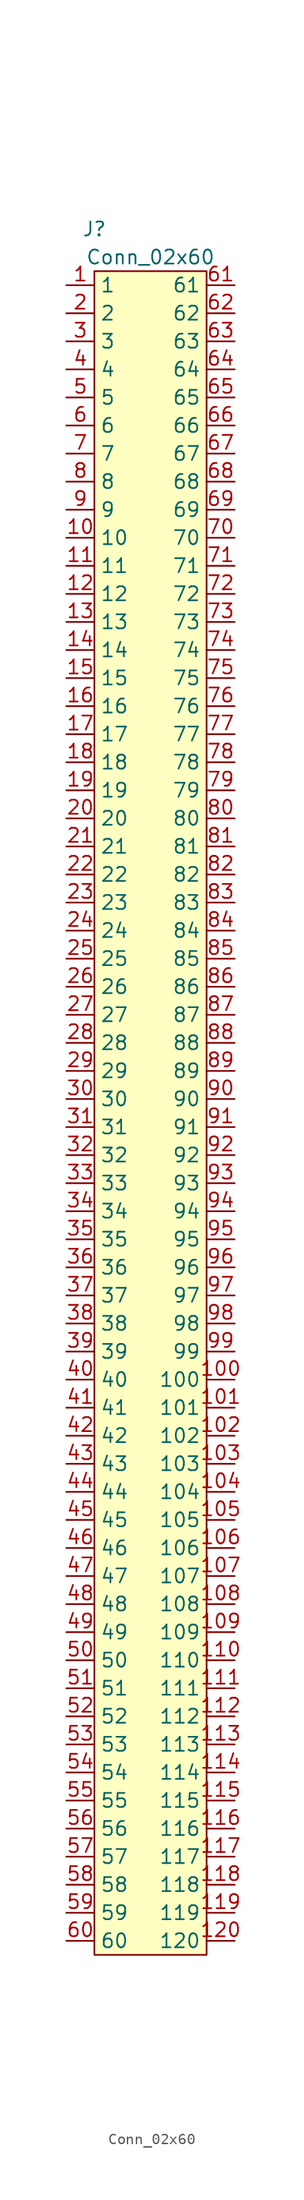
<source format=kicad_sym>
(kicad_symbol_lib
  (version 20211014)
  (generator kicad_symbol_editor)
  (symbol "Conn_02x60"
    (property "Reference" "J"
      (at 0 2.54 0)
      (effects (font (size 1.27 1.27))))
    (property "Value" "Conn_02x60"
      (at 5.08 0 0)
      (effects (font (size 1.27 1.27))))
    (symbol "Conn_02x60_0_1"
      (rectangle (start 10.16 -153.67) (end 0 -1.27) (stroke (width 0) (type default) (color 0 0 0 0)) (fill (type background))))
    (symbol "Conn_02x60_1_1"
      (pin passive line (at -2.54 -2.54 0) (length 2.54) (name "1" (effects (font (size 1.27 1.27)))) (number "1" (effects (font (size 1.27 1.27)))))
      (pin passive line (at -2.54 -25.4 0) (length 2.54) (name "10" (effects (font (size 1.27 1.27)))) (number "10" (effects (font (size 1.27 1.27)))))
      (pin passive line (at 12.7 -101.6 180) (length 2.54) (name "100" (effects (font (size 1.27 1.27)))) (number "100" (effects (font (size 1.27 1.27)))))
      (pin passive line (at 12.7 -104.14 180) (length 2.54) (name "101" (effects (font (size 1.27 1.27)))) (number "101" (effects (font (size 1.27 1.27)))))
      (pin passive line (at 12.7 -106.68 180) (length 2.54) (name "102" (effects (font (size 1.27 1.27)))) (number "102" (effects (font (size 1.27 1.27)))))
      (pin passive line (at 12.7 -109.22 180) (length 2.54) (name "103" (effects (font (size 1.27 1.27)))) (number "103" (effects (font (size 1.27 1.27)))))
      (pin passive line (at 12.7 -111.76 180) (length 2.54) (name "104" (effects (font (size 1.27 1.27)))) (number "104" (effects (font (size 1.27 1.27)))))
      (pin passive line (at 12.7 -114.3 180) (length 2.54) (name "105" (effects (font (size 1.27 1.27)))) (number "105" (effects (font (size 1.27 1.27)))))
      (pin passive line (at 12.7 -116.84 180) (length 2.54) (name "106" (effects (font (size 1.27 1.27)))) (number "106" (effects (font (size 1.27 1.27)))))
      (pin passive line (at 12.7 -119.38 180) (length 2.54) (name "107" (effects (font (size 1.27 1.27)))) (number "107" (effects (font (size 1.27 1.27)))))
      (pin passive line (at 12.7 -121.92 180) (length 2.54) (name "108" (effects (font (size 1.27 1.27)))) (number "108" (effects (font (size 1.27 1.27)))))
      (pin passive line (at 12.7 -124.46 180) (length 2.54) (name "109" (effects (font (size 1.27 1.27)))) (number "109" (effects (font (size 1.27 1.27)))))
      (pin passive line (at -2.54 -27.94 0) (length 2.54) (name "11" (effects (font (size 1.27 1.27)))) (number "11" (effects (font (size 1.27 1.27)))))
      (pin passive line (at 12.7 -127 180) (length 2.54) (name "110" (effects (font (size 1.27 1.27)))) (number "110" (effects (font (size 1.27 1.27)))))
      (pin passive line (at 12.7 -129.54 180) (length 2.54) (name "111" (effects (font (size 1.27 1.27)))) (number "111" (effects (font (size 1.27 1.27)))))
      (pin passive line (at 12.7 -132.08 180) (length 2.54) (name "112" (effects (font (size 1.27 1.27)))) (number "112" (effects (font (size 1.27 1.27)))))
      (pin passive line (at 12.7 -134.62 180) (length 2.54) (name "113" (effects (font (size 1.27 1.27)))) (number "113" (effects (font (size 1.27 1.27)))))
      (pin passive line (at 12.7 -137.16 180) (length 2.54) (name "114" (effects (font (size 1.27 1.27)))) (number "114" (effects (font (size 1.27 1.27)))))
      (pin passive line (at 12.7 -139.7 180) (length 2.54) (name "115" (effects (font (size 1.27 1.27)))) (number "115" (effects (font (size 1.27 1.27)))))
      (pin passive line (at 12.7 -142.24 180) (length 2.54) (name "116" (effects (font (size 1.27 1.27)))) (number "116" (effects (font (size 1.27 1.27)))))
      (pin passive line (at 12.7 -144.78 180) (length 2.54) (name "117" (effects (font (size 1.27 1.27)))) (number "117" (effects (font (size 1.27 1.27)))))
      (pin passive line (at 12.7 -147.32 180) (length 2.54) (name "118" (effects (font (size 1.27 1.27)))) (number "118" (effects (font (size 1.27 1.27)))))
      (pin passive line (at 12.7 -149.86 180) (length 2.54) (name "119" (effects (font (size 1.27 1.27)))) (number "119" (effects (font (size 1.27 1.27)))))
      (pin passive line (at -2.54 -30.48 0) (length 2.54) (name "12" (effects (font (size 1.27 1.27)))) (number "12" (effects (font (size 1.27 1.27)))))
      (pin passive line (at 12.7 -152.4 180) (length 2.54) (name "120" (effects (font (size 1.27 1.27)))) (number "120" (effects (font (size 1.27 1.27)))))
      (pin passive line (at -2.54 -33.02 0) (length 2.54) (name "13" (effects (font (size 1.27 1.27)))) (number "13" (effects (font (size 1.27 1.27)))))
      (pin passive line (at -2.54 -35.56 0) (length 2.54) (name "14" (effects (font (size 1.27 1.27)))) (number "14" (effects (font (size 1.27 1.27)))))
      (pin passive line (at -2.54 -38.1 0) (length 2.54) (name "15" (effects (font (size 1.27 1.27)))) (number "15" (effects (font (size 1.27 1.27)))))
      (pin passive line (at -2.54 -40.64 0) (length 2.54) (name "16" (effects (font (size 1.27 1.27)))) (number "16" (effects (font (size 1.27 1.27)))))
      (pin passive line (at -2.54 -43.18 0) (length 2.54) (name "17" (effects (font (size 1.27 1.27)))) (number "17" (effects (font (size 1.27 1.27)))))
      (pin passive line (at -2.54 -45.72 0) (length 2.54) (name "18" (effects (font (size 1.27 1.27)))) (number "18" (effects (font (size 1.27 1.27)))))
      (pin passive line (at -2.54 -48.26 0) (length 2.54) (name "19" (effects (font (size 1.27 1.27)))) (number "19" (effects (font (size 1.27 1.27)))))
      (pin passive line (at -2.54 -5.08 0) (length 2.54) (name "2" (effects (font (size 1.27 1.27)))) (number "2" (effects (font (size 1.27 1.27)))))
      (pin passive line (at -2.54 -50.8 0) (length 2.54) (name "20" (effects (font (size 1.27 1.27)))) (number "20" (effects (font (size 1.27 1.27)))))
      (pin passive line (at -2.54 -53.34 0) (length 2.54) (name "21" (effects (font (size 1.27 1.27)))) (number "21" (effects (font (size 1.27 1.27)))))
      (pin passive line (at -2.54 -55.88 0) (length 2.54) (name "22" (effects (font (size 1.27 1.27)))) (number "22" (effects (font (size 1.27 1.27)))))
      (pin passive line (at -2.54 -58.42 0) (length 2.54) (name "23" (effects (font (size 1.27 1.27)))) (number "23" (effects (font (size 1.27 1.27)))))
      (pin passive line (at -2.54 -60.96 0) (length 2.54) (name "24" (effects (font (size 1.27 1.27)))) (number "24" (effects (font (size 1.27 1.27)))))
      (pin passive line (at -2.54 -63.5 0) (length 2.54) (name "25" (effects (font (size 1.27 1.27)))) (number "25" (effects (font (size 1.27 1.27)))))
      (pin passive line (at -2.54 -66.04 0) (length 2.54) (name "26" (effects (font (size 1.27 1.27)))) (number "26" (effects (font (size 1.27 1.27)))))
      (pin passive line (at -2.54 -68.58 0) (length 2.54) (name "27" (effects (font (size 1.27 1.27)))) (number "27" (effects (font (size 1.27 1.27)))))
      (pin passive line (at -2.54 -71.12 0) (length 2.54) (name "28" (effects (font (size 1.27 1.27)))) (number "28" (effects (font (size 1.27 1.27)))))
      (pin passive line (at -2.54 -73.66 0) (length 2.54) (name "29" (effects (font (size 1.27 1.27)))) (number "29" (effects (font (size 1.27 1.27)))))
      (pin passive line (at -2.54 -7.62 0) (length 2.54) (name "3" (effects (font (size 1.27 1.27)))) (number "3" (effects (font (size 1.27 1.27)))))
      (pin passive line (at -2.54 -76.2 0) (length 2.54) (name "30" (effects (font (size 1.27 1.27)))) (number "30" (effects (font (size 1.27 1.27)))))
      (pin passive line (at -2.54 -78.74 0) (length 2.54) (name "31" (effects (font (size 1.27 1.27)))) (number "31" (effects (font (size 1.27 1.27)))))
      (pin passive line (at -2.54 -81.28 0) (length 2.54) (name "32" (effects (font (size 1.27 1.27)))) (number "32" (effects (font (size 1.27 1.27)))))
      (pin passive line (at -2.54 -83.82 0) (length 2.54) (name "33" (effects (font (size 1.27 1.27)))) (number "33" (effects (font (size 1.27 1.27)))))
      (pin passive line (at -2.54 -86.36 0) (length 2.54) (name "34" (effects (font (size 1.27 1.27)))) (number "34" (effects (font (size 1.27 1.27)))))
      (pin passive line (at -2.54 -88.9 0) (length 2.54) (name "35" (effects (font (size 1.27 1.27)))) (number "35" (effects (font (size 1.27 1.27)))))
      (pin passive line (at -2.54 -91.44 0) (length 2.54) (name "36" (effects (font (size 1.27 1.27)))) (number "36" (effects (font (size 1.27 1.27)))))
      (pin passive line (at -2.54 -93.98 0) (length 2.54) (name "37" (effects (font (size 1.27 1.27)))) (number "37" (effects (font (size 1.27 1.27)))))
      (pin passive line (at -2.54 -96.52 0) (length 2.54) (name "38" (effects (font (size 1.27 1.27)))) (number "38" (effects (font (size 1.27 1.27)))))
      (pin passive line (at -2.54 -99.06 0) (length 2.54) (name "39" (effects (font (size 1.27 1.27)))) (number "39" (effects (font (size 1.27 1.27)))))
      (pin passive line (at -2.54 -10.16 0) (length 2.54) (name "4" (effects (font (size 1.27 1.27)))) (number "4" (effects (font (size 1.27 1.27)))))
      (pin passive line (at -2.54 -101.6 0) (length 2.54) (name "40" (effects (font (size 1.27 1.27)))) (number "40" (effects (font (size 1.27 1.27)))))
      (pin passive line (at -2.54 -104.14 0) (length 2.54) (name "41" (effects (font (size 1.27 1.27)))) (number "41" (effects (font (size 1.27 1.27)))))
      (pin passive line (at -2.54 -106.68 0) (length 2.54) (name "42" (effects (font (size 1.27 1.27)))) (number "42" (effects (font (size 1.27 1.27)))))
      (pin passive line (at -2.54 -109.22 0) (length 2.54) (name "43" (effects (font (size 1.27 1.27)))) (number "43" (effects (font (size 1.27 1.27)))))
      (pin passive line (at -2.54 -111.76 0) (length 2.54) (name "44" (effects (font (size 1.27 1.27)))) (number "44" (effects (font (size 1.27 1.27)))))
      (pin passive line (at -2.54 -114.3 0) (length 2.54) (name "45" (effects (font (size 1.27 1.27)))) (number "45" (effects (font (size 1.27 1.27)))))
      (pin passive line (at -2.54 -116.84 0) (length 2.54) (name "46" (effects (font (size 1.27 1.27)))) (number "46" (effects (font (size 1.27 1.27)))))
      (pin passive line (at -2.54 -119.38 0) (length 2.54) (name "47" (effects (font (size 1.27 1.27)))) (number "47" (effects (font (size 1.27 1.27)))))
      (pin passive line (at -2.54 -121.92 0) (length 2.54) (name "48" (effects (font (size 1.27 1.27)))) (number "48" (effects (font (size 1.27 1.27)))))
      (pin passive line (at -2.54 -124.46 0) (length 2.54) (name "49" (effects (font (size 1.27 1.27)))) (number "49" (effects (font (size 1.27 1.27)))))
      (pin passive line (at -2.54 -12.7 0) (length 2.54) (name "5" (effects (font (size 1.27 1.27)))) (number "5" (effects (font (size 1.27 1.27)))))
      (pin passive line (at -2.54 -127 0) (length 2.54) (name "50" (effects (font (size 1.27 1.27)))) (number "50" (effects (font (size 1.27 1.27)))))
      (pin passive line (at -2.54 -129.54 0) (length 2.54) (name "51" (effects (font (size 1.27 1.27)))) (number "51" (effects (font (size 1.27 1.27)))))
      (pin passive line (at -2.54 -132.08 0) (length 2.54) (name "52" (effects (font (size 1.27 1.27)))) (number "52" (effects (font (size 1.27 1.27)))))
      (pin passive line (at -2.54 -134.62 0) (length 2.54) (name "53" (effects (font (size 1.27 1.27)))) (number "53" (effects (font (size 1.27 1.27)))))
      (pin passive line (at -2.54 -137.16 0) (length 2.54) (name "54" (effects (font (size 1.27 1.27)))) (number "54" (effects (font (size 1.27 1.27)))))
      (pin passive line (at -2.54 -139.7 0) (length 2.54) (name "55" (effects (font (size 1.27 1.27)))) (number "55" (effects (font (size 1.27 1.27)))))
      (pin passive line (at -2.54 -142.24 0) (length 2.54) (name "56" (effects (font (size 1.27 1.27)))) (number "56" (effects (font (size 1.27 1.27)))))
      (pin passive line (at -2.54 -144.78 0) (length 2.54) (name "57" (effects (font (size 1.27 1.27)))) (number "57" (effects (font (size 1.27 1.27)))))
      (pin passive line (at -2.54 -147.32 0) (length 2.54) (name "58" (effects (font (size 1.27 1.27)))) (number "58" (effects (font (size 1.27 1.27)))))
      (pin passive line (at -2.54 -149.86 0) (length 2.54) (name "59" (effects (font (size 1.27 1.27)))) (number "59" (effects (font (size 1.27 1.27)))))
      (pin passive line (at -2.54 -15.24 0) (length 2.54) (name "6" (effects (font (size 1.27 1.27)))) (number "6" (effects (font (size 1.27 1.27)))))
      (pin passive line (at -2.54 -152.4 0) (length 2.54) (name "60" (effects (font (size 1.27 1.27)))) (number "60" (effects (font (size 1.27 1.27)))))
      (pin passive line (at 12.7 -2.54 180) (length 2.54) (name "61" (effects (font (size 1.27 1.27)))) (number "61" (effects (font (size 1.27 1.27)))))
      (pin passive line (at 12.7 -5.08 180) (length 2.54) (name "62" (effects (font (size 1.27 1.27)))) (number "62" (effects (font (size 1.27 1.27)))))
      (pin passive line (at 12.7 -7.62 180) (length 2.54) (name "63" (effects (font (size 1.27 1.27)))) (number "63" (effects (font (size 1.27 1.27)))))
      (pin passive line (at 12.7 -10.16 180) (length 2.54) (name "64" (effects (font (size 1.27 1.27)))) (number "64" (effects (font (size 1.27 1.27)))))
      (pin passive line (at 12.7 -12.7 180) (length 2.54) (name "65" (effects (font (size 1.27 1.27)))) (number "65" (effects (font (size 1.27 1.27)))))
      (pin passive line (at 12.7 -15.24 180) (length 2.54) (name "66" (effects (font (size 1.27 1.27)))) (number "66" (effects (font (size 1.27 1.27)))))
      (pin passive line (at 12.7 -17.78 180) (length 2.54) (name "67" (effects (font (size 1.27 1.27)))) (number "67" (effects (font (size 1.27 1.27)))))
      (pin passive line (at 12.7 -20.32 180) (length 2.54) (name "68" (effects (font (size 1.27 1.27)))) (number "68" (effects (font (size 1.27 1.27)))))
      (pin passive line (at 12.7 -22.86 180) (length 2.54) (name "69" (effects (font (size 1.27 1.27)))) (number "69" (effects (font (size 1.27 1.27)))))
      (pin passive line (at -2.54 -17.78 0) (length 2.54) (name "7" (effects (font (size 1.27 1.27)))) (number "7" (effects (font (size 1.27 1.27)))))
      (pin passive line (at 12.7 -25.4 180) (length 2.54) (name "70" (effects (font (size 1.27 1.27)))) (number "70" (effects (font (size 1.27 1.27)))))
      (pin passive line (at 12.7 -27.94 180) (length 2.54) (name "71" (effects (font (size 1.27 1.27)))) (number "71" (effects (font (size 1.27 1.27)))))
      (pin passive line (at 12.7 -30.48 180) (length 2.54) (name "72" (effects (font (size 1.27 1.27)))) (number "72" (effects (font (size 1.27 1.27)))))
      (pin passive line (at 12.7 -33.02 180) (length 2.54) (name "73" (effects (font (size 1.27 1.27)))) (number "73" (effects (font (size 1.27 1.27)))))
      (pin passive line (at 12.7 -35.56 180) (length 2.54) (name "74" (effects (font (size 1.27 1.27)))) (number "74" (effects (font (size 1.27 1.27)))))
      (pin passive line (at 12.7 -38.1 180) (length 2.54) (name "75" (effects (font (size 1.27 1.27)))) (number "75" (effects (font (size 1.27 1.27)))))
      (pin passive line (at 12.7 -40.64 180) (length 2.54) (name "76" (effects (font (size 1.27 1.27)))) (number "76" (effects (font (size 1.27 1.27)))))
      (pin passive line (at 12.7 -43.18 180) (length 2.54) (name "77" (effects (font (size 1.27 1.27)))) (number "77" (effects (font (size 1.27 1.27)))))
      (pin passive line (at 12.7 -45.72 180) (length 2.54) (name "78" (effects (font (size 1.27 1.27)))) (number "78" (effects (font (size 1.27 1.27)))))
      (pin passive line (at 12.7 -48.26 180) (length 2.54) (name "79" (effects (font (size 1.27 1.27)))) (number "79" (effects (font (size 1.27 1.27)))))
      (pin passive line (at -2.54 -20.32 0) (length 2.54) (name "8" (effects (font (size 1.27 1.27)))) (number "8" (effects (font (size 1.27 1.27)))))
      (pin passive line (at 12.7 -50.8 180) (length 2.54) (name "80" (effects (font (size 1.27 1.27)))) (number "80" (effects (font (size 1.27 1.27)))))
      (pin passive line (at 12.7 -53.34 180) (length 2.54) (name "81" (effects (font (size 1.27 1.27)))) (number "81" (effects (font (size 1.27 1.27)))))
      (pin passive line (at 12.7 -55.88 180) (length 2.54) (name "82" (effects (font (size 1.27 1.27)))) (number "82" (effects (font (size 1.27 1.27)))))
      (pin passive line (at 12.7 -58.42 180) (length 2.54) (name "83" (effects (font (size 1.27 1.27)))) (number "83" (effects (font (size 1.27 1.27)))))
      (pin passive line (at 12.7 -60.96 180) (length 2.54) (name "84" (effects (font (size 1.27 1.27)))) (number "84" (effects (font (size 1.27 1.27)))))
      (pin passive line (at 12.7 -63.5 180) (length 2.54) (name "85" (effects (font (size 1.27 1.27)))) (number "85" (effects (font (size 1.27 1.27)))))
      (pin passive line (at 12.7 -66.04 180) (length 2.54) (name "86" (effects (font (size 1.27 1.27)))) (number "86" (effects (font (size 1.27 1.27)))))
      (pin passive line (at 12.7 -68.58 180) (length 2.54) (name "87" (effects (font (size 1.27 1.27)))) (number "87" (effects (font (size 1.27 1.27)))))
      (pin passive line (at 12.7 -71.12 180) (length 2.54) (name "88" (effects (font (size 1.27 1.27)))) (number "88" (effects (font (size 1.27 1.27)))))
      (pin passive line (at 12.7 -73.66 180) (length 2.54) (name "89" (effects (font (size 1.27 1.27)))) (number "89" (effects (font (size 1.27 1.27)))))
      (pin passive line (at -2.54 -22.86 0) (length 2.54) (name "9" (effects (font (size 1.27 1.27)))) (number "9" (effects (font (size 1.27 1.27)))))
      (pin passive line (at 12.7 -76.2 180) (length 2.54) (name "90" (effects (font (size 1.27 1.27)))) (number "90" (effects (font (size 1.27 1.27)))))
      (pin passive line (at 12.7 -78.74 180) (length 2.54) (name "91" (effects (font (size 1.27 1.27)))) (number "91" (effects (font (size 1.27 1.27)))))
      (pin passive line (at 12.7 -81.28 180) (length 2.54) (name "92" (effects (font (size 1.27 1.27)))) (number "92" (effects (font (size 1.27 1.27)))))
      (pin passive line (at 12.7 -83.82 180) (length 2.54) (name "93" (effects (font (size 1.27 1.27)))) (number "93" (effects (font (size 1.27 1.27)))))
      (pin passive line (at 12.7 -86.36 180) (length 2.54) (name "94" (effects (font (size 1.27 1.27)))) (number "94" (effects (font (size 1.27 1.27)))))
      (pin passive line (at 12.7 -88.9 180) (length 2.54) (name "95" (effects (font (size 1.27 1.27)))) (number "95" (effects (font (size 1.27 1.27)))))
      (pin passive line (at 12.7 -91.44 180) (length 2.54) (name "96" (effects (font (size 1.27 1.27)))) (number "96" (effects (font (size 1.27 1.27)))))
      (pin passive line (at 12.7 -93.98 180) (length 2.54) (name "97" (effects (font (size 1.27 1.27)))) (number "97" (effects (font (size 1.27 1.27)))))
      (pin passive line (at 12.7 -96.52 180) (length 2.54) (name "98" (effects (font (size 1.27 1.27)))) (number "98" (effects (font (size 1.27 1.27)))))
      (pin passive line (at 12.7 -99.06 180) (length 2.54) (name "99" (effects (font (size 1.27 1.27)))) (number "99" (effects (font (size 1.27 1.27))))))))
</source>
